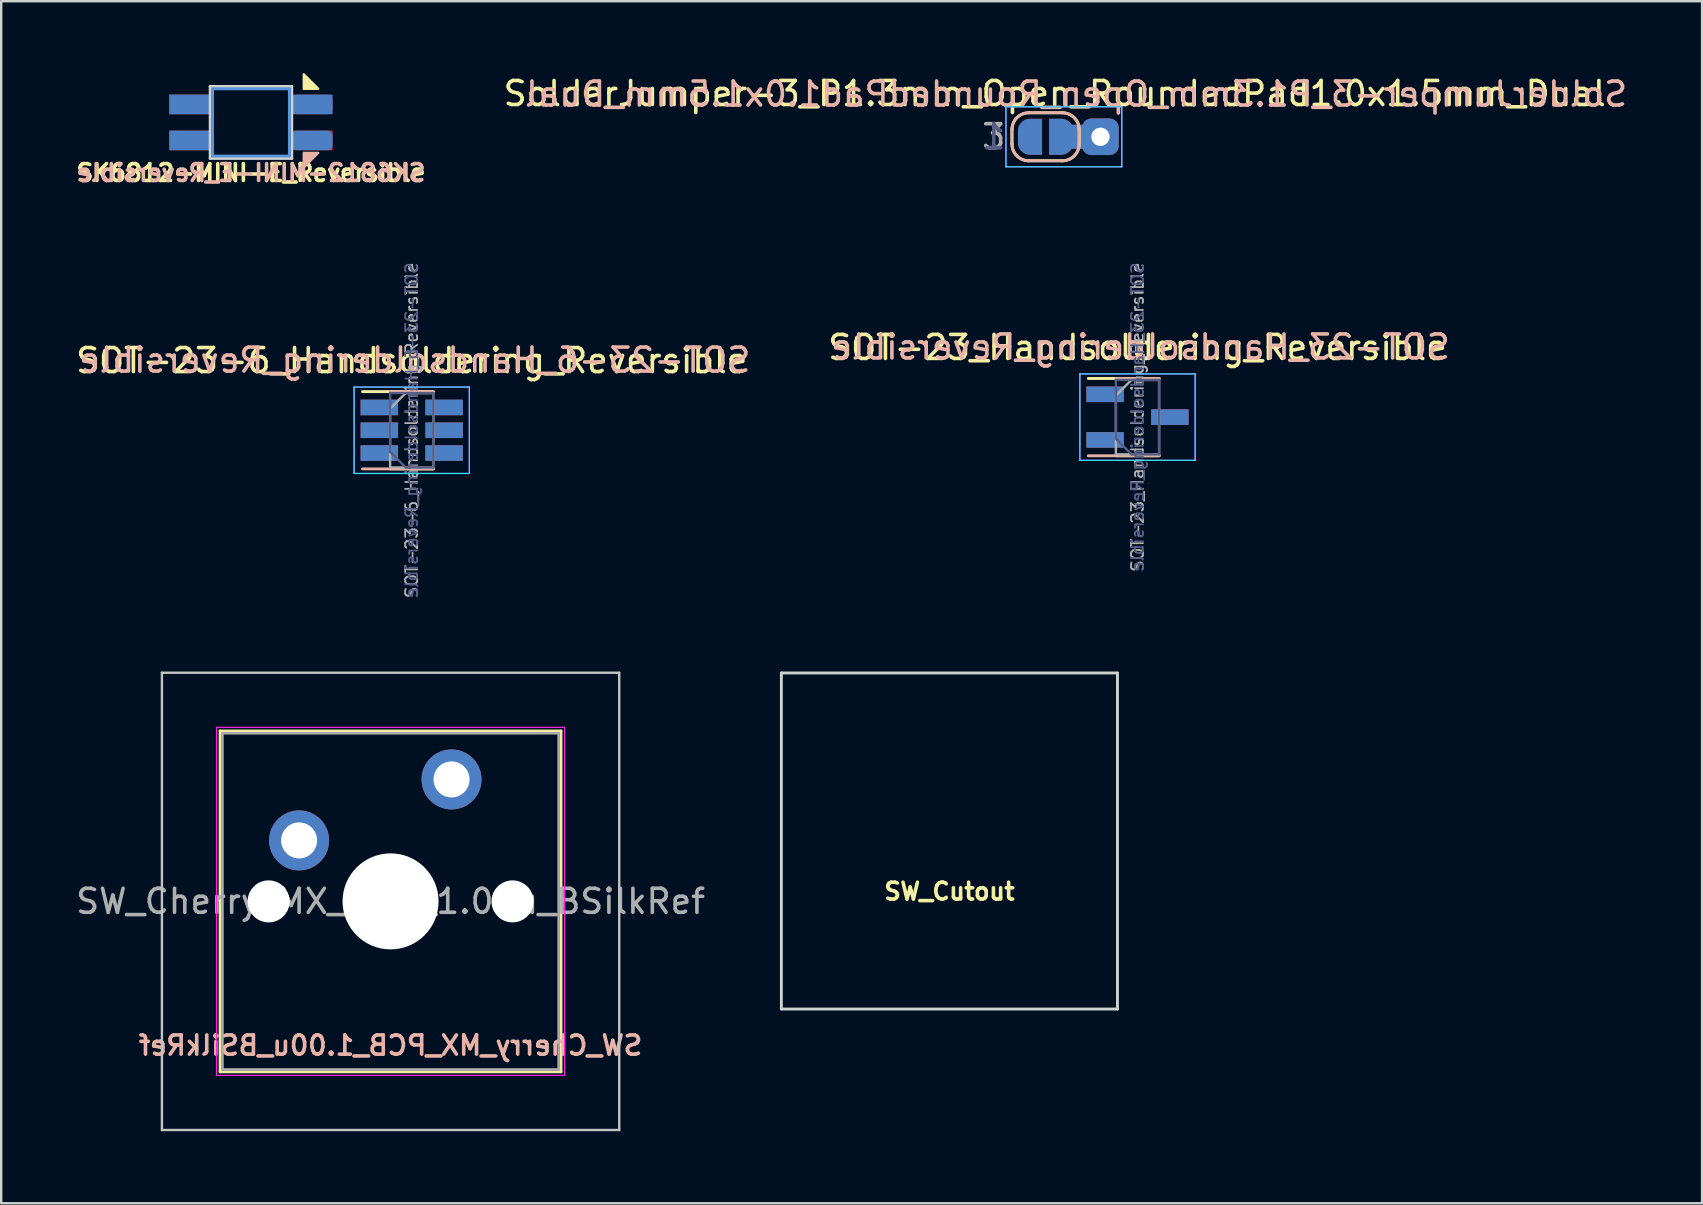
<source format=kicad_pcb>
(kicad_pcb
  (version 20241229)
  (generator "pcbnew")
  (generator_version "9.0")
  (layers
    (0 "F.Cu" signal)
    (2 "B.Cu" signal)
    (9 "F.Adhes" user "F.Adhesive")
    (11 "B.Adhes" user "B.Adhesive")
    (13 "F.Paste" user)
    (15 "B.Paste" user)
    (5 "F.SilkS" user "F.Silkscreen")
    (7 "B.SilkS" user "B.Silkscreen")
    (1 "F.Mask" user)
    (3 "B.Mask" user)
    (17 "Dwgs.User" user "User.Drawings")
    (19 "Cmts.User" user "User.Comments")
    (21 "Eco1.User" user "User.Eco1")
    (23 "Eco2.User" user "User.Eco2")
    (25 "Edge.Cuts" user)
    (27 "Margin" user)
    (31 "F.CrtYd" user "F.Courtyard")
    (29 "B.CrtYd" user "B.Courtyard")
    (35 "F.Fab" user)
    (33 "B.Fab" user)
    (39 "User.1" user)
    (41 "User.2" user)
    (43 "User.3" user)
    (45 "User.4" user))
  (footprint "SK6812-MINI-E_Reversible"
    (layer "F.Cu")
    (at 7.405 2.05)
    (property "Reference" "SK6812-MINI-E_Reversible" (at 0 2.1 0) (unlocked yes) (layer "F.SilkS") (effects (font (size 0.7 0.7) (thickness 0.15))))
    (attr through_hole)
    (fp_poly (pts (xy 2.8 -1.4) (xy 2.2 -1.4) (xy 2.2 -2)) (stroke (width 0.1) (type solid)) (fill yes) (layer "F.SilkS"))
    (fp_poly (pts (xy 2.8 1.27) (xy 2.2 1.27) (xy 2.2 1.87)) (stroke (width 0.1) (type solid)) (fill yes) (layer "B.SilkS"))
    (fp_line (start -1.6 -1.4) (end 1.6 -1.4) (stroke (width 0.12) (type solid)) (layer "Cmts.User"))
    (fp_line (start -1.6 1.4) (end -1.6 -1.4) (stroke (width 0.12) (type solid)) (layer "Cmts.User"))
    (fp_line (start 1.6 -1.4) (end 1.6 1.4) (stroke (width 0.12) (type solid)) (layer "Cmts.User"))
    (fp_line (start 1.6 1.4) (end -1.6 1.4) (stroke (width 0.12) (type solid)) (layer "Cmts.User"))
    (fp_line (start -1.7 -1.5) (end 1.7 -1.5) (stroke (width 0.12) (type solid)) (layer "Edge.Cuts"))
    (fp_line (start -1.7 1.5) (end -1.7 -1.5) (stroke (width 0.12) (type solid)) (layer "Edge.Cuts"))
    (fp_line (start 1.7 -1.5) (end 1.7 1.5) (stroke (width 0.12) (type solid)) (layer "Edge.Cuts"))
    (fp_line (start 1.7 1.5) (end -1.7 1.5) (stroke (width 0.12) (type solid)) (layer "Edge.Cuts"))
    (fp_text user "${REFERENCE}" (at 0 2.1 0) (layer "B.SilkS") (effects (font (size 0.7 0.7) (thickness 0.15)) (justify mirror)))
    (pad "1" smd rect (at -2.55 -0.75) (size 1.7 0.82) (layers "B.Cu" "B.Mask" "B.Paste"))
    (pad "1" smd rect (at -2.55 0.75) (size 1.7 0.82) (layers "F.Cu" "F.Mask" "F.Paste"))
    (pad "2" smd rect (at -2.55 -0.75) (size 1.7 0.82) (layers "F.Cu" "F.Mask" "F.Paste"))
    (pad "2" smd rect (at -2.55 0.75) (size 1.7 0.82) (layers "B.Cu" "B.Mask" "B.Paste"))
    (pad "3" smd roundrect (at 2.55 -0.75) (size 1.7 0.82) (layers "F.Cu" "F.Mask" "F.Paste") (roundrect_rratio 0.25))
    (pad "3" smd roundrect (at 2.55 0.75) (size 1.7 0.82) (layers "B.Cu" "B.Mask" "B.Paste") (roundrect_rratio 0.25))
    (pad "4" smd rect (at 2.55 -0.75) (size 1.7 0.82) (layers "B.Cu" "B.Mask" "B.Paste"))
    (pad "4" smd rect (at 2.55 0.75) (size 1.7 0.82) (layers "F.Cu" "F.Mask" "F.Paste")))
  (footprint "SOT-23-6_Handsoldering_Reversible"
    (layer "F.Cu")
    (at 14.101 14.873)
    (property "Reference" "SOT-23-6_Handsoldering_Reversible" (at 0 -2.9 0) (layer "F.SilkS") (effects (font (size 1 1) (thickness 0.15))))
    (attr smd)
    (fp_line (start -0.9 1.61) (end 0.9 1.61) (stroke (width 0.12) (type solid)) (layer "F.SilkS"))
    (fp_line (start 0.9 -1.61) (end -2.05 -1.61) (stroke (width 0.12) (type solid)) (layer "F.SilkS"))
    (fp_line (start -0.9 -1.61) (end 0.9 -1.61) (stroke (width 0.12) (type solid)) (layer "B.SilkS"))
    (fp_line (start 0.9 1.61) (end -2.05 1.61) (stroke (width 0.12) (type solid)) (layer "B.SilkS"))
    (fp_line (start -2.4 -1.8) (end -2.4 1.8) (stroke (width 0.05) (type solid)) (layer "B.CrtYd"))
    (fp_line (start -2.4 1.8) (end 2.4 1.8) (stroke (width 0.05) (type solid)) (layer "B.CrtYd"))
    (fp_line (start 2.4 -1.8) (end -2.4 -1.8) (stroke (width 0.05) (type solid)) (layer "B.CrtYd"))
    (fp_line (start 2.4 1.8) (end 2.4 -1.8) (stroke (width 0.05) (type solid)) (layer "B.CrtYd"))
    (fp_line (start -2.4 -1.8) (end 2.4 -1.8) (stroke (width 0.05) (type solid)) (layer "F.CrtYd"))
    (fp_line (start -2.4 1.8) (end -2.4 -1.8) (stroke (width 0.05) (type solid)) (layer "F.CrtYd"))
    (fp_line (start 2.4 -1.8) (end 2.4 1.8) (stroke (width 0.05) (type solid)) (layer "F.CrtYd"))
    (fp_line (start 2.4 1.8) (end -2.4 1.8) (stroke (width 0.05) (type solid)) (layer "F.CrtYd"))
    (fp_line (start -0.9 0.9) (end -0.9 -1.55) (stroke (width 0.1) (type solid)) (layer "B.Fab"))
    (fp_line (start -0.9 0.9) (end -0.25 1.55) (stroke (width 0.1) (type solid)) (layer "B.Fab"))
    (fp_line (start 0.9 -1.55) (end -0.9 -1.55) (stroke (width 0.1) (type solid)) (layer "B.Fab"))
    (fp_line (start 0.9 1.55) (end -0.25 1.55) (stroke (width 0.1) (type solid)) (layer "B.Fab"))
    (fp_line (start 0.9 1.55) (end 0.9 -1.55) (stroke (width 0.1) (type solid)) (layer "B.Fab"))
    (fp_line (start -0.9 -0.9) (end -0.9 1.55) (stroke (width 0.1) (type solid)) (layer "F.Fab"))
    (fp_line (start -0.9 -0.9) (end -0.25 -1.55) (stroke (width 0.1) (type solid)) (layer "F.Fab"))
    (fp_line (start 0.9 -1.55) (end -0.25 -1.55) (stroke (width 0.1) (type solid)) (layer "F.Fab"))
    (fp_line (start 0.9 -1.55) (end 0.9 1.55) (stroke (width 0.1) (type solid)) (layer "F.Fab"))
    (fp_line (start 0.9 1.55) (end -0.9 1.55) (stroke (width 0.1) (type solid)) (layer "F.Fab"))
    (fp_text user "${REFERENCE}" (at 0.127 -2.921 0) (layer "B.SilkS") (effects (font (size 1 1) (thickness 0.15)) (justify mirror)))
    (fp_text user "${REFERENCE}" (at 0 0 270) (layer "B.Fab") (effects (font (size 0.5 0.5) (thickness 0.075)) (justify mirror)))
    (fp_text user "${REFERENCE}" (at 0 0 90) (layer "F.Fab") (effects (font (size 0.5 0.5) (thickness 0.075))))
    (pad "1" smd rect (at -1.35 -0.95) (size 1.56 0.65) (layers "F.Cu" "F.Mask" "F.Paste"))
    (pad "1" smd rect (at -1.35 0.95) (size 1.56 0.65) (layers "B.Cu" "B.Mask" "B.Paste"))
    (pad "2" smd rect (at -1.35 0) (size 1.56 0.65) (layers "F.Cu" "F.Mask" "F.Paste"))
    (pad "2" smd rect (at -1.35 0) (size 1.56 0.65) (layers "B.Cu" "B.Mask" "B.Paste"))
    (pad "3" smd rect (at -1.35 -0.95) (size 1.56 0.65) (layers "B.Cu" "B.Mask" "B.Paste"))
    (pad "3" smd rect (at -1.35 0.95) (size 1.56 0.65) (layers "F.Cu" "F.Mask" "F.Paste"))
    (pad "4" smd rect (at 1.35 -0.95) (size 1.56 0.65) (layers "B.Cu" "B.Mask" "B.Paste"))
    (pad "4" smd rect (at 1.35 0.95) (size 1.56 0.65) (layers "F.Cu" "F.Mask" "F.Paste"))
    (pad "5" smd rect (at 1.35 0) (size 1.56 0.65) (layers "F.Cu" "F.Mask" "F.Paste"))
    (pad "5" smd rect (at 1.35 0) (size 1.56 0.65) (layers "B.Cu" "B.Mask" "B.Paste"))
    (pad "6" smd rect (at 1.35 -0.95) (size 1.56 0.65) (layers "F.Cu" "F.Mask" "F.Paste"))
    (pad "6" smd rect (at 1.35 0.95) (size 1.56 0.65) (layers "B.Cu" "B.Mask" "B.Paste")))
  (footprint "SW_Cherry_MX_PCB_1.00u_BSilkRef"
    (layer "F.Cu")
    (at 13.22 34.499)
    (property "Reference" "SW_Cherry_MX_PCB_1.00u_BSilkRef" (at 0 6 0) (layer "B.SilkS") (effects (font (size 0.8 0.8) (thickness 0.15)) (justify mirror)))
    (attr through_hole)
    (fp_line (start -7.1 -7.1) (end -7.1 7.1) (stroke (width 0.12) (type solid)) (layer "F.SilkS"))
    (fp_line (start -7.1 7.1) (end 7.1 7.1) (stroke (width 0.12) (type solid)) (layer "F.SilkS"))
    (fp_line (start 7.1 -7.1) (end -7.1 -7.1) (stroke (width 0.12) (type solid)) (layer "F.SilkS"))
    (fp_line (start 7.1 7.1) (end 7.1 -7.1) (stroke (width 0.12) (type solid)) (layer "F.SilkS"))
    (fp_line (start -9.525 -9.525) (end -9.525 9.525) (stroke (width 0.1) (type solid)) (layer "Dwgs.User"))
    (fp_line (start -9.525 9.525) (end 9.525 9.525) (stroke (width 0.1) (type solid)) (layer "Dwgs.User"))
    (fp_line (start 9.525 -9.525) (end -9.525 -9.525) (stroke (width 0.1) (type solid)) (layer "Dwgs.User"))
    (fp_line (start 9.525 9.525) (end 9.525 -9.525) (stroke (width 0.1) (type solid)) (layer "Dwgs.User"))
    (fp_line (start -7 -7) (end -7 7) (stroke (width 0.1) (type solid)) (layer "Eco1.User"))
    (fp_line (start -7 7) (end 7 7) (stroke (width 0.1) (type solid)) (layer "Eco1.User"))
    (fp_line (start 7 -7) (end -7 -7) (stroke (width 0.1) (type solid)) (layer "Eco1.User"))
    (fp_line (start 7 7) (end 7 -7) (stroke (width 0.1) (type solid)) (layer "Eco1.User"))
    (fp_line (start -7.25 -7.25) (end -7.25 7.25) (stroke (width 0.05) (type solid)) (layer "F.CrtYd"))
    (fp_line (start -7.25 7.25) (end 7.25 7.25) (stroke (width 0.05) (type solid)) (layer "F.CrtYd"))
    (fp_line (start 7.25 -7.25) (end -7.25 -7.25) (stroke (width 0.05) (type solid)) (layer "F.CrtYd"))
    (fp_line (start 7.25 7.25) (end 7.25 -7.25) (stroke (width 0.05) (type solid)) (layer "F.CrtYd"))
    (fp_line (start -7 -7) (end -7 7) (stroke (width 0.1) (type solid)) (layer "F.Fab"))
    (fp_line (start -7 7) (end 7 7) (stroke (width 0.1) (type solid)) (layer "F.Fab"))
    (fp_line (start 7 -7) (end -7 -7) (stroke (width 0.1) (type solid)) (layer "F.Fab"))
    (fp_line (start 7 7) (end 7 -7) (stroke (width 0.1) (type solid)) (layer "F.Fab"))
    (fp_text user "${REFERENCE}" (at 0 0 0) (layer "F.Fab") (effects (font (size 1 1) (thickness 0.15))))
    (pad "" np_thru_hole circle (at -5.08 0) (size 1.75 1.75) (drill 1.75) (layers "*.Cu" "*.Mask"))
    (pad "" smd circle (at -3.81 -2.54) (size 1.55 1.55) (layers "F.Mask"))
    (pad "" np_thru_hole circle (at 0 0) (size 4 4) (drill 4) (layers "*.Cu" "*.Mask"))
    (pad "" smd circle (at 2.54 -5.08) (size 1.55 1.55) (layers "F.Mask"))
    (pad "" np_thru_hole circle (at 5.08 0) (size 1.75 1.75) (drill 1.75) (layers "*.Cu" "*.Mask"))
    (pad "1" thru_hole circle (at -3.81 -2.54) (size 2.5 2.5) (drill 1.5) (layers "*.Cu" "B.Mask"))
    (pad "2" thru_hole circle (at 2.54 -5.08) (size 2.5 2.5) (drill 1.5) (layers "*.Cu" "B.Mask")))
  (footprint "SOT-23_Handsoldering_Reversible"
    (layer "F.Cu")
    (at 44.335 14.326)
    (property "Reference" "SOT-23_Handsoldering_Reversible" (at 0 -2.9 0) (layer "F.SilkS") (effects (font (size 1 1) (thickness 0.15))))
    (attr smd)
    (fp_line (start -0.9 1.61) (end 0.9 1.61) (stroke (width 0.12) (type solid)) (layer "F.SilkS"))
    (fp_line (start 0.9 -1.61) (end -2.05 -1.61) (stroke (width 0.12) (type solid)) (layer "F.SilkS"))
    (fp_line (start -0.9 -1.61) (end 0.9 -1.61) (stroke (width 0.12) (type solid)) (layer "B.SilkS"))
    (fp_line (start 0.9 1.61) (end -2.05 1.61) (stroke (width 0.12) (type solid)) (layer "B.SilkS"))
    (fp_line (start -2.4 -1.8) (end -2.4 1.8) (stroke (width 0.05) (type solid)) (layer "B.CrtYd"))
    (fp_line (start -2.4 1.8) (end 2.4 1.8) (stroke (width 0.05) (type solid)) (layer "B.CrtYd"))
    (fp_line (start 2.4 -1.8) (end -2.4 -1.8) (stroke (width 0.05) (type solid)) (layer "B.CrtYd"))
    (fp_line (start 2.4 1.8) (end 2.4 -1.8) (stroke (width 0.05) (type solid)) (layer "B.CrtYd"))
    (fp_line (start -2.4 -1.8) (end 2.4 -1.8) (stroke (width 0.05) (type solid)) (layer "F.CrtYd"))
    (fp_line (start -2.4 1.8) (end -2.4 -1.8) (stroke (width 0.05) (type solid)) (layer "F.CrtYd"))
    (fp_line (start 2.4 -1.8) (end 2.4 1.8) (stroke (width 0.05) (type solid)) (layer "F.CrtYd"))
    (fp_line (start 2.4 1.8) (end -2.4 1.8) (stroke (width 0.05) (type solid)) (layer "F.CrtYd"))
    (fp_line (start -0.9 0.9) (end -0.9 -1.55) (stroke (width 0.1) (type solid)) (layer "B.Fab"))
    (fp_line (start -0.9 0.9) (end -0.25 1.55) (stroke (width 0.1) (type solid)) (layer "B.Fab"))
    (fp_line (start 0.9 -1.55) (end -0.9 -1.55) (stroke (width 0.1) (type solid)) (layer "B.Fab"))
    (fp_line (start 0.9 1.55) (end -0.25 1.55) (stroke (width 0.1) (type solid)) (layer "B.Fab"))
    (fp_line (start 0.9 1.55) (end 0.9 -1.55) (stroke (width 0.1) (type solid)) (layer "B.Fab"))
    (fp_line (start -0.9 -0.9) (end -0.9 1.55) (stroke (width 0.1) (type solid)) (layer "F.Fab"))
    (fp_line (start -0.9 -0.9) (end -0.25 -1.55) (stroke (width 0.1) (type solid)) (layer "F.Fab"))
    (fp_line (start 0.9 -1.55) (end -0.25 -1.55) (stroke (width 0.1) (type solid)) (layer "F.Fab"))
    (fp_line (start 0.9 -1.55) (end 0.9 1.55) (stroke (width 0.1) (type solid)) (layer "F.Fab"))
    (fp_line (start 0.9 1.55) (end -0.9 1.55) (stroke (width 0.1) (type solid)) (layer "F.Fab"))
    (fp_text user "${REFERENCE}" (at 0.127 -2.921 0) (layer "B.SilkS") (effects (font (size 1 1) (thickness 0.15)) (justify mirror)))
    (fp_text user "${REFERENCE}" (at 0 0 270) (layer "B.Fab") (effects (font (size 0.5 0.5) (thickness 0.075)) (justify mirror)))
    (fp_text user "${REFERENCE}" (at 0 0 90) (layer "F.Fab") (effects (font (size 0.5 0.5) (thickness 0.075))))
    (pad "1" smd rect (at -1.35 -0.95) (size 1.56 0.65) (layers "F.Cu" "F.Mask" "F.Paste"))
    (pad "1" smd rect (at -1.35 0.95) (size 1.56 0.65) (layers "B.Cu" "B.Mask" "B.Paste"))
    (pad "2" smd rect (at -1.35 -0.95) (size 1.56 0.65) (layers "B.Cu" "B.Mask" "B.Paste"))
    (pad "2" smd rect (at -1.35 0.95) (size 1.56 0.65) (layers "F.Cu" "F.Mask" "F.Paste"))
    (pad "3" smd rect (at 1.35 0) (size 1.56 0.65) (layers "F.Cu" "F.Mask" "F.Paste"))
    (pad "3" smd rect (at 1.35 0) (size 1.56 0.65) (layers "B.Cu" "B.Mask" "B.Paste")))
  (footprint "SolderJumper-3_P1.3mm_Open_RoundedPad1.0x1.5mm_Dual"
    (layer "F.Cu")
    (at 40.506 2.648)
    (property "Reference" "SolderJumper-3_P1.3mm_Open_RoundedPad1.0x1.5mm_Dual" (at 0.381 -1.8 0) (layer "F.SilkS") (effects (font (size 1 1) (thickness 0.15))))
    (attr exclude_from_pos_files exclude_from_bom)
    (fp_line (start -1.4 0.3) (end -1.4 -0.3) (stroke (width 0.12) (type solid)) (layer "F.SilkS"))
    (fp_line (start -0.7 -1) (end 0.7 -1) (stroke (width 0.12) (type solid)) (layer "F.SilkS"))
    (fp_line (start 0.7 1) (end -0.7 1) (stroke (width 0.12) (type solid)) (layer "F.SilkS"))
    (fp_line (start 1.4 -0.3) (end 1.4 0.3) (stroke (width 0.12) (type solid)) (layer "F.SilkS"))
    (fp_arc (start -1.4 -0.3) (mid -1.194975 -0.794975) (end -0.7 -1) (stroke (width 0.12) (type solid)) (layer "F.SilkS"))
    (fp_arc (start -0.7 1) (mid -1.194975 0.794975) (end -1.4 0.3) (stroke (width 0.12) (type solid)) (layer "F.SilkS"))
    (fp_arc (start 0.7 -1) (mid 1.194975 -0.794975) (end 1.4 -0.3) (stroke (width 0.12) (type solid)) (layer "F.SilkS"))
    (fp_arc (start 1.4 0.3) (mid 1.194975 0.794975) (end 0.7 1) (stroke (width 0.12) (type solid)) (layer "F.SilkS"))
    (fp_line (start -1.4 0.3) (end -1.4 -0.3) (stroke (width 0.12) (type solid)) (layer "B.SilkS"))
    (fp_line (start -0.7 -1) (end 0.7 -1) (stroke (width 0.12) (type solid)) (layer "B.SilkS"))
    (fp_line (start 0.7 1) (end -0.7 1) (stroke (width 0.12) (type solid)) (layer "B.SilkS"))
    (fp_line (start 1.4 -0.3) (end 1.4 0.3) (stroke (width 0.12) (type solid)) (layer "B.SilkS"))
    (fp_arc (start -1.4 -0.3) (mid -1.194975 -0.794975) (end -0.7 -1) (stroke (width 0.12) (type solid)) (layer "B.SilkS"))
    (fp_arc (start -0.7 1) (mid -1.194975 0.794975) (end -1.4 0.3) (stroke (width 0.12) (type solid)) (layer "B.SilkS"))
    (fp_arc (start 0.7 -1) (mid 1.194975 -0.794975) (end 1.4 -0.3) (stroke (width 0.12) (type solid)) (layer "B.SilkS"))
    (fp_arc (start 1.4 0.3) (mid 1.194975 0.794975) (end 0.7 1) (stroke (width 0.12) (type solid)) (layer "B.SilkS"))
    (fp_line (start -1.65 -1.25) (end -1.65 1.25) (stroke (width 0.05) (type solid)) (layer "B.CrtYd"))
    (fp_line (start -1.65 -1.25) (end 3.175 -1.25) (stroke (width 0.05) (type solid)) (layer "B.CrtYd"))
    (fp_line (start 3.175 1.25) (end -1.65 1.25) (stroke (width 0.05) (type solid)) (layer "B.CrtYd"))
    (fp_line (start 3.175 1.25) (end 3.175 -1.25) (stroke (width 0.05) (type solid)) (layer "B.CrtYd"))
    (fp_line (start -1.65 -1.25) (end -1.65 1.25) (stroke (width 0.05) (type solid)) (layer "F.CrtYd"))
    (fp_line (start -1.65 -1.25) (end 3.175 -1.25) (stroke (width 0.05) (type solid)) (layer "F.CrtYd"))
    (fp_line (start 3.175 1.25) (end -1.65 1.25) (stroke (width 0.05) (type solid)) (layer "F.CrtYd"))
    (fp_line (start 3.175 1.25) (end 3.175 -1.25) (stroke (width 0.05) (type solid)) (layer "F.CrtYd"))
    (fp_text user "${REFERENCE}" (at 1.27 -1.778 0) (layer "B.SilkS") (effects (font (size 1 1) (thickness 0.15)) (justify mirror)))
    (fp_text user "1" (at -2.159 0 0) (layer "B.Fab") (effects (font (size 1 1) (thickness 0.15)) (justify mirror)))
    (fp_text user "3" (at -2.159 0 0) (layer "F.Fab") (effects (font (size 1 1) (thickness 0.15))))
    (pad "1" smd custom (at -0.65 0) (size 1 0.5) (layers "B.Cu" "B.Mask") (options (anchor rect)) (primitives (gr_circle (center 0 0.25) (end 0.5 0.25) (width 0) (fill yes)) (gr_circle (center 0 -0.25) (end 0.5 -0.25) (width 0) (fill yes)) (gr_poly (pts (xy 0 -0.75) (xy 0.5 -0.75) (xy 0.5 0.75) (xy 0 0.75)) (width 0) (fill yes))))
    (pad "2" smd custom (at 0.65 0) (size 1 0.5) (layers "F.Cu" "F.Mask") (options (anchor rect)) (primitives (gr_circle (center 0 0.25) (end 0.5 0.25) (width 0) (fill yes)) (gr_circle (center 0 -0.25) (end 0.5 -0.25) (width 0) (fill yes)) (gr_poly (pts (xy 0 -0.75) (xy -0.5 -0.75) (xy -0.5 0.75) (xy 0 0.75)) (width 0) (fill yes))))
    (pad "2" smd custom (at 0.65 0) (size 1 0.5) (layers "B.Cu" "B.Mask") (options (anchor rect)) (primitives (gr_circle (center 0 0.25) (end 0.5 0.25) (width 0) (fill yes)) (gr_circle (center 0 -0.25) (end 0.5 -0.25) (width 0) (fill yes)) (gr_poly (pts (xy 0 -0.75) (xy -0.5 -0.75) (xy -0.5 0.75) (xy 0 0.75)) (width 0) (fill yes))))
    (pad "2" smd rect (at 1.4 0) (size 2.2 1) (layers "F.Cu"))
    (pad "2" smd rect (at 1.4 0) (size 2.2 1) (layers "B.Cu"))
    (pad "2" thru_hole roundrect (at 2.286 0) (size 1.524 1.524) (drill 0.762) (layers "*.Cu" "*.Mask") (roundrect_rratio 0.25))
    (pad "3" smd custom (at -0.65 0) (size 1 0.5) (layers "F.Cu" "F.Mask") (options (anchor rect)) (primitives (gr_circle (center 0 0.25) (end 0.5 0.25) (width 0) (fill yes)) (gr_circle (center 0 -0.25) (end 0.5 -0.25) (width 0) (fill yes)) (gr_poly (pts (xy 0 -0.75) (xy 0.5 -0.75) (xy 0.5 0.75) (xy 0 0.75)) (width 0) (fill yes)))))
  (footprint "SW_Cutout"
    (layer "F.Cu")
    (at 36.5 31.984)
    (property "Reference" "SW_Cutout" (at 0 2.1 0) (unlocked yes) (layer "F.SilkS") (effects (font (size 0.7 0.7) (thickness 0.15))))
    (attr through_hole)
    (fp_line (start -7 -7) (end 7 -7) (stroke (width 0.12) (type solid)) (layer "Edge.Cuts"))
    (fp_line (start -7 7) (end -7 -7) (stroke (width 0.12) (type solid)) (layer "Edge.Cuts"))
    (fp_line (start 7 -7) (end 7 7) (stroke (width 0.12) (type solid)) (layer "Edge.Cuts"))
    (fp_line (start 7 7) (end -7 7) (stroke (width 0.12) (type solid)) (layer "Edge.Cuts")))
  (gr_rect
    (start -3 -3)
    (end 67.854 47.074)
    (stroke (width 0.1) (type default))
    (fill no)
    (layer "Edge.Cuts")))
</source>
